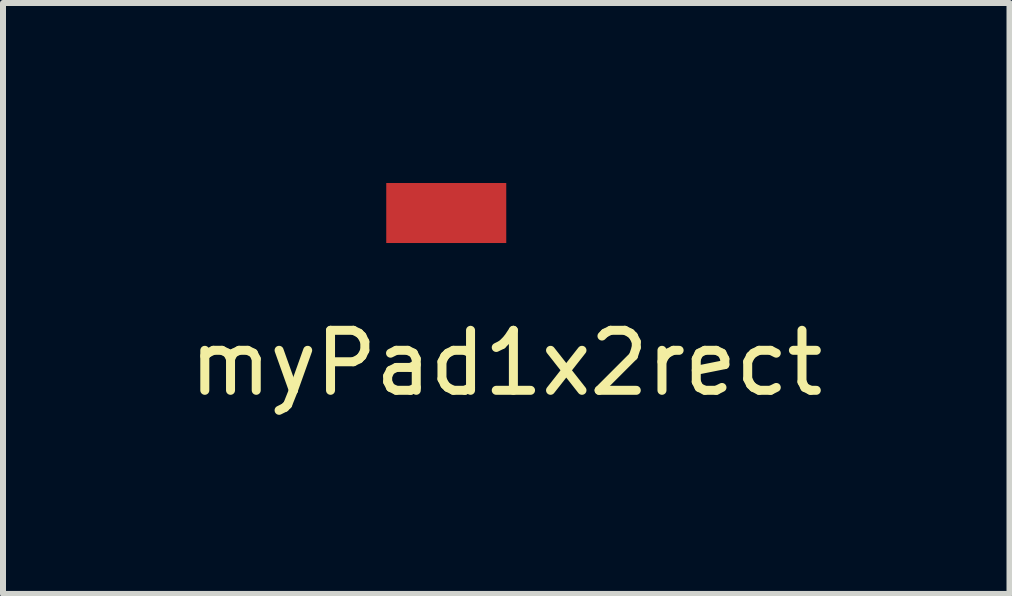
<source format=kicad_pcb>
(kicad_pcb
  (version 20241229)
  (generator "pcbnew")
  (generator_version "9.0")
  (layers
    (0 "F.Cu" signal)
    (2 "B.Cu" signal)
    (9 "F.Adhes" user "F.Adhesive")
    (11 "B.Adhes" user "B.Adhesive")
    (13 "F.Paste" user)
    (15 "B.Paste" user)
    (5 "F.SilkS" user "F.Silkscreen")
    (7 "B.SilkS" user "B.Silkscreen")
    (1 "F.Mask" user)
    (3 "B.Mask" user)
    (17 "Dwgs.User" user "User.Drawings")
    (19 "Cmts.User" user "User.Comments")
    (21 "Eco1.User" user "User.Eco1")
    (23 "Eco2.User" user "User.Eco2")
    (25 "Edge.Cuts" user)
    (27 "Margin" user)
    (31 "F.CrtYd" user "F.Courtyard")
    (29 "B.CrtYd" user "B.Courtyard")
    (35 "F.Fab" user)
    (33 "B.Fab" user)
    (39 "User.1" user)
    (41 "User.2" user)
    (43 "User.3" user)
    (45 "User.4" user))
  (footprint "myPad1x2rect"
    (layer "F.Cu")
    (at 5.387 2.5)
    (property "Reference" "myPad1x2rect" (at 0 0.5 0) (layer "F.SilkS") (effects (font (size 1 1) (thickness 0.15))))
    (attr through_hole)
    (pad "1" smd rect (at -1 -2) (size 2 1) (layers "F.Cu" "F.Mask" "F.Paste")))
  (gr_rect
    (start -3 -3)
    (end 13.774 6.848)
    (stroke (width 0.1) (type default))
    (fill no)
    (layer "Edge.Cuts")))
</source>
